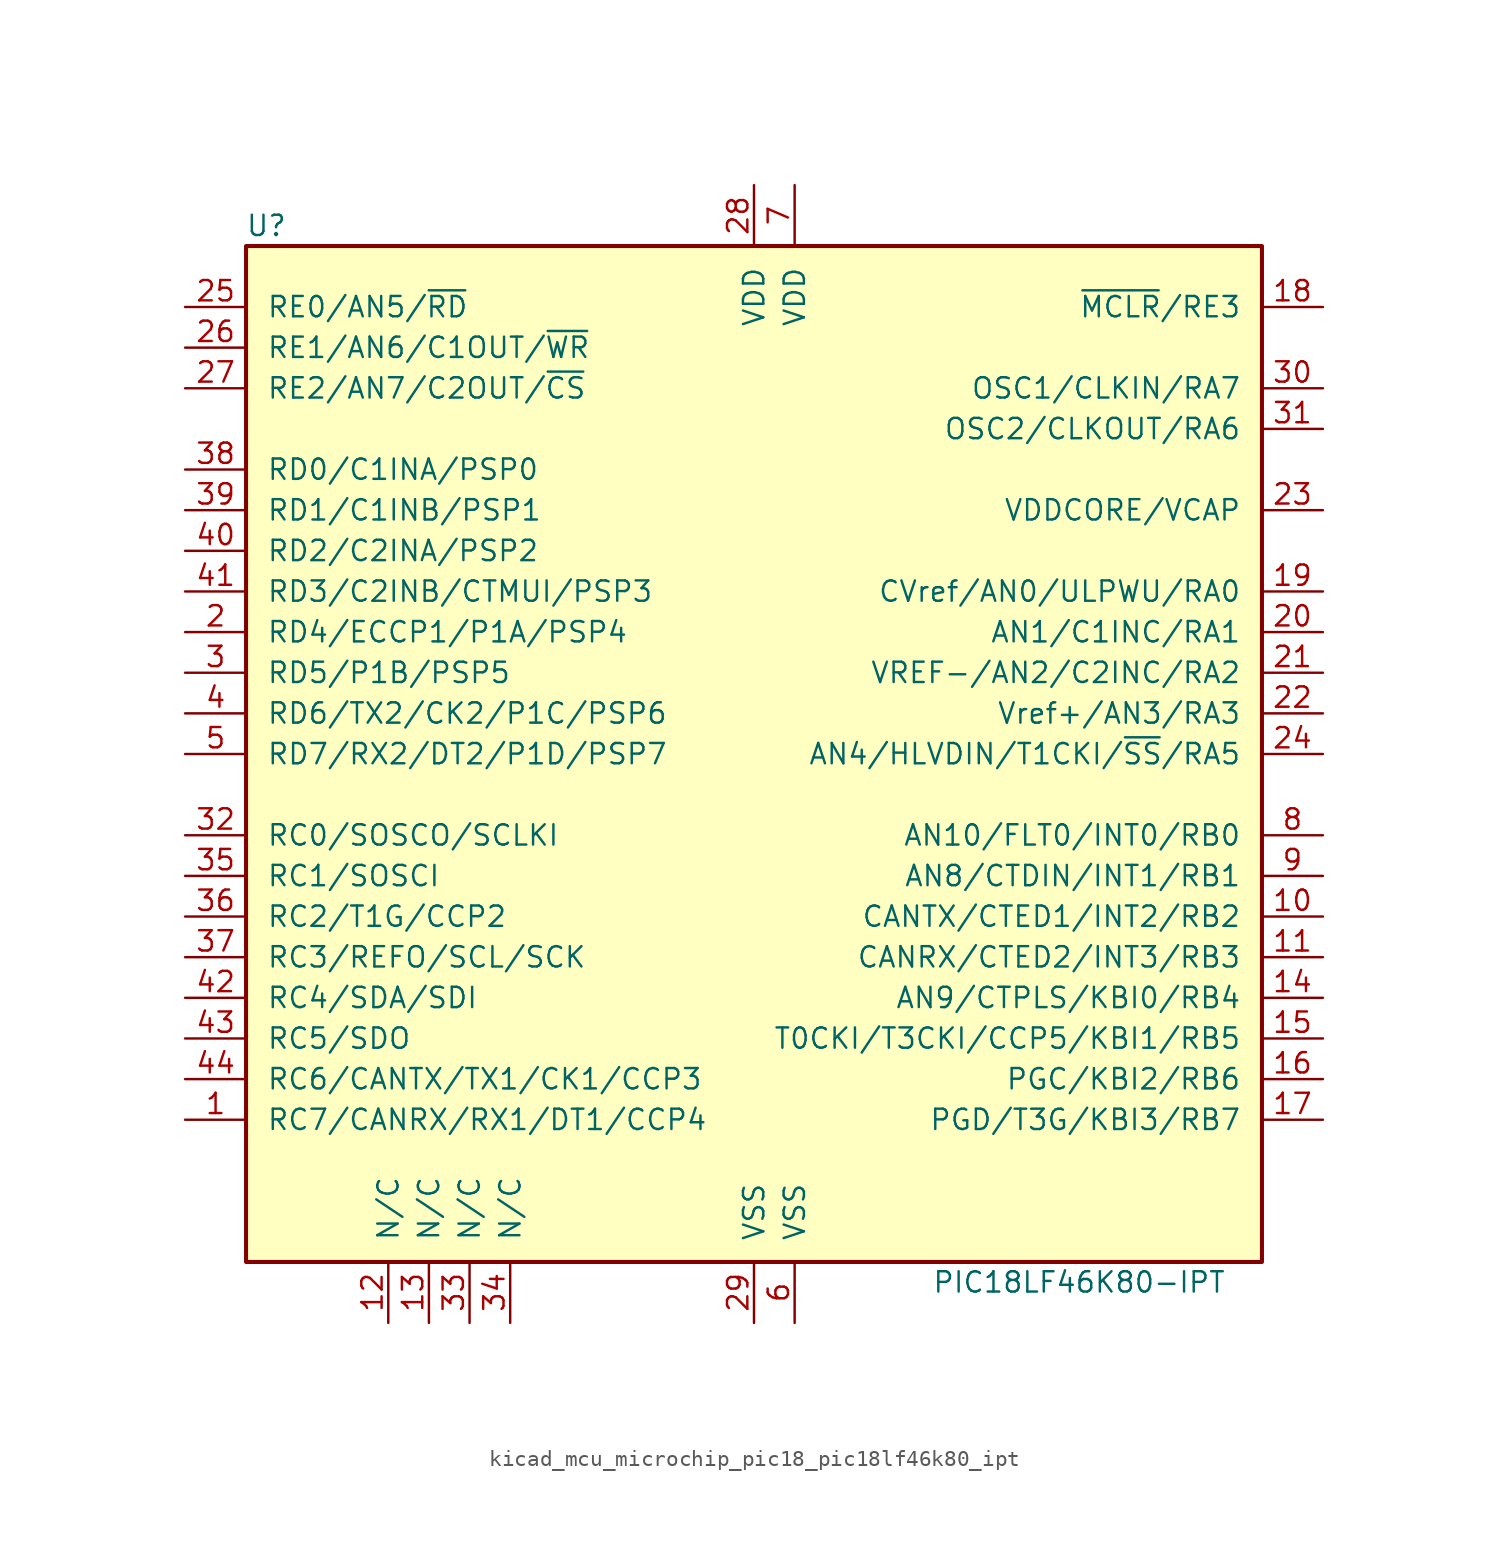
<source format=kicad_sym>
(kicad_symbol_lib
  (version 20220914)
  (generator kicad_symbol_editor)
  (symbol "kicad_mcu_microchip_pic18_pic18lf46k80_ipt"
    (pin_names
      (offset 1.27))
    (property "Reference" "U"
      (at -30.48 33.02 0)
      (effects (font (size 1.27 1.27))))
    (property "Value" "PIC18LF46K80-IPT"
      (at 20.32 -33.02 0)
      (effects (font (size 1.27 1.27))))
    (symbol "kicad_mcu_microchip_pic18_pic18lf46k80_ipt_0_1"
      (rectangle (start -31.75 31.75) (end 31.75 -31.75) (stroke (width 0.254) (type default)) (fill (type background))))
    (symbol "kicad_mcu_microchip_pic18_pic18lf46k80_ipt_1_1"
      (pin bidirectional line (at -35.56 -22.86 0) (length 3.81) (name "RC7/CANRX/RX1/DT1/CCP4" (effects (font (size 1.27 1.27)))) (number "1" (effects (font (size 1.27 1.27)))))
      (pin bidirectional line (at 35.56 -10.16 180) (length 3.81) (name "CANTX/CTED1/INT2/RB2" (effects (font (size 1.27 1.27)))) (number "10" (effects (font (size 1.27 1.27)))))
      (pin bidirectional line (at 35.56 -12.7 180) (length 3.81) (name "CANRX/CTED2/INT3/RB3" (effects (font (size 1.27 1.27)))) (number "11" (effects (font (size 1.27 1.27)))))
      (pin bidirectional line (at -22.86 -35.56 90) (length 3.81) (name "N/C" (effects (font (size 1.27 1.27)))) (number "12" (effects (font (size 1.27 1.27)))))
      (pin bidirectional line (at -20.32 -35.56 90) (length 3.81) (name "N/C" (effects (font (size 1.27 1.27)))) (number "13" (effects (font (size 1.27 1.27)))))
      (pin bidirectional line (at 35.56 -15.24 180) (length 3.81) (name "AN9/CTPLS/KBI0/RB4" (effects (font (size 1.27 1.27)))) (number "14" (effects (font (size 1.27 1.27)))))
      (pin bidirectional line (at 35.56 -17.78 180) (length 3.81) (name "T0CKI/T3CKI/CCP5/KBI1/RB5" (effects (font (size 1.27 1.27)))) (number "15" (effects (font (size 1.27 1.27)))))
      (pin bidirectional line (at 35.56 -20.32 180) (length 3.81) (name "PGC/KBI2/RB6" (effects (font (size 1.27 1.27)))) (number "16" (effects (font (size 1.27 1.27)))))
      (pin bidirectional line (at 35.56 -22.86 180) (length 3.81) (name "PGD/T3G/KBI3/RB7" (effects (font (size 1.27 1.27)))) (number "17" (effects (font (size 1.27 1.27)))))
      (pin input line (at 35.56 27.94 180) (length 3.81) (name "~{MCLR}/RE3" (effects (font (size 1.27 1.27)))) (number "18" (effects (font (size 1.27 1.27)))))
      (pin bidirectional line (at 35.56 10.16 180) (length 3.81) (name "CVref/AN0/ULPWU/RA0" (effects (font (size 1.27 1.27)))) (number "19" (effects (font (size 1.27 1.27)))))
      (pin bidirectional line (at -35.56 7.62 0) (length 3.81) (name "RD4/ECCP1/P1A/PSP4" (effects (font (size 1.27 1.27)))) (number "2" (effects (font (size 1.27 1.27)))))
      (pin bidirectional line (at 35.56 7.62 180) (length 3.81) (name "AN1/C1INC/RA1" (effects (font (size 1.27 1.27)))) (number "20" (effects (font (size 1.27 1.27)))))
      (pin bidirectional line (at 35.56 5.08 180) (length 3.81) (name "VREF-/AN2/C2INC/RA2" (effects (font (size 1.27 1.27)))) (number "21" (effects (font (size 1.27 1.27)))))
      (pin bidirectional line (at 35.56 2.54 180) (length 3.81) (name "Vref+/AN3/RA3" (effects (font (size 1.27 1.27)))) (number "22" (effects (font (size 1.27 1.27)))))
      (pin passive line (at 35.56 15.24 180) (length 3.81) (name "VDDCORE/VCAP" (effects (font (size 1.27 1.27)))) (number "23" (effects (font (size 1.27 1.27)))))
      (pin bidirectional line (at 35.56 0 180) (length 3.81) (name "AN4/HLVDIN/T1CKI/~{SS}/RA5" (effects (font (size 1.27 1.27)))) (number "24" (effects (font (size 1.27 1.27)))))
      (pin bidirectional line (at -35.56 27.94 0) (length 3.81) (name "RE0/AN5/~{RD}" (effects (font (size 1.27 1.27)))) (number "25" (effects (font (size 1.27 1.27)))))
      (pin bidirectional line (at -35.56 25.4 0) (length 3.81) (name "RE1/AN6/C1OUT/~{WR}" (effects (font (size 1.27 1.27)))) (number "26" (effects (font (size 1.27 1.27)))))
      (pin power_in line (at -35.56 22.86 0) (length 3.81) (name "RE2/AN7/C2OUT/~{CS}" (effects (font (size 1.27 1.27)))) (number "27" (effects (font (size 1.27 1.27)))))
      (pin power_in line (at 0 35.56 270) (length 3.81) (name "VDD" (effects (font (size 1.27 1.27)))) (number "28" (effects (font (size 1.27 1.27)))))
      (pin power_in line (at 0 -35.56 90) (length 3.81) (name "VSS" (effects (font (size 1.27 1.27)))) (number "29" (effects (font (size 1.27 1.27)))))
      (pin bidirectional line (at -35.56 5.08 0) (length 3.81) (name "RD5/P1B/PSP5" (effects (font (size 1.27 1.27)))) (number "3" (effects (font (size 1.27 1.27)))))
      (pin input line (at 35.56 22.86 180) (length 3.81) (name "OSC1/CLKIN/RA7" (effects (font (size 1.27 1.27)))) (number "30" (effects (font (size 1.27 1.27)))))
      (pin output line (at 35.56 20.32 180) (length 3.81) (name "OSC2/CLKOUT/RA6" (effects (font (size 1.27 1.27)))) (number "31" (effects (font (size 1.27 1.27)))))
      (pin bidirectional line (at -35.56 -5.08 0) (length 3.81) (name "RC0/SOSCO/SCLKI" (effects (font (size 1.27 1.27)))) (number "32" (effects (font (size 1.27 1.27)))))
      (pin bidirectional line (at -17.78 -35.56 90) (length 3.81) (name "N/C" (effects (font (size 1.27 1.27)))) (number "33" (effects (font (size 1.27 1.27)))))
      (pin bidirectional line (at -15.24 -35.56 90) (length 3.81) (name "N/C" (effects (font (size 1.27 1.27)))) (number "34" (effects (font (size 1.27 1.27)))))
      (pin bidirectional line (at -35.56 -7.62 0) (length 3.81) (name "RC1/SOSCI" (effects (font (size 1.27 1.27)))) (number "35" (effects (font (size 1.27 1.27)))))
      (pin bidirectional line (at -35.56 -10.16 0) (length 3.81) (name "RC2/T1G/CCP2" (effects (font (size 1.27 1.27)))) (number "36" (effects (font (size 1.27 1.27)))))
      (pin bidirectional line (at -35.56 -12.7 0) (length 3.81) (name "RC3/REFO/SCL/SCK" (effects (font (size 1.27 1.27)))) (number "37" (effects (font (size 1.27 1.27)))))
      (pin bidirectional line (at -35.56 17.78 0) (length 3.81) (name "RD0/C1INA/PSP0" (effects (font (size 1.27 1.27)))) (number "38" (effects (font (size 1.27 1.27)))))
      (pin bidirectional line (at -35.56 15.24 0) (length 3.81) (name "RD1/C1INB/PSP1" (effects (font (size 1.27 1.27)))) (number "39" (effects (font (size 1.27 1.27)))))
      (pin bidirectional line (at -35.56 2.54 0) (length 3.81) (name "RD6/TX2/CK2/P1C/PSP6" (effects (font (size 1.27 1.27)))) (number "4" (effects (font (size 1.27 1.27)))))
      (pin bidirectional line (at -35.56 12.7 0) (length 3.81) (name "RD2/C2INA/PSP2" (effects (font (size 1.27 1.27)))) (number "40" (effects (font (size 1.27 1.27)))))
      (pin bidirectional line (at -35.56 10.16 0) (length 3.81) (name "RD3/C2INB/CTMUI/PSP3" (effects (font (size 1.27 1.27)))) (number "41" (effects (font (size 1.27 1.27)))))
      (pin bidirectional line (at -35.56 -15.24 0) (length 3.81) (name "RC4/SDA/SDI" (effects (font (size 1.27 1.27)))) (number "42" (effects (font (size 1.27 1.27)))))
      (pin bidirectional line (at -35.56 -17.78 0) (length 3.81) (name "RC5/SDO" (effects (font (size 1.27 1.27)))) (number "43" (effects (font (size 1.27 1.27)))))
      (pin bidirectional line (at -35.56 -20.32 0) (length 3.81) (name "RC6/CANTX/TX1/CK1/CCP3" (effects (font (size 1.27 1.27)))) (number "44" (effects (font (size 1.27 1.27)))))
      (pin bidirectional line (at -35.56 0 0) (length 3.81) (name "RD7/RX2/DT2/P1D/PSP7" (effects (font (size 1.27 1.27)))) (number "5" (effects (font (size 1.27 1.27)))))
      (pin power_in line (at 2.54 -35.56 90) (length 3.81) (name "VSS" (effects (font (size 1.27 1.27)))) (number "6" (effects (font (size 1.27 1.27)))))
      (pin power_in line (at 2.54 35.56 270) (length 3.81) (name "VDD" (effects (font (size 1.27 1.27)))) (number "7" (effects (font (size 1.27 1.27)))))
      (pin bidirectional line (at 35.56 -5.08 180) (length 3.81) (name "AN10/FLT0/INT0/RB0" (effects (font (size 1.27 1.27)))) (number "8" (effects (font (size 1.27 1.27)))))
      (pin bidirectional line (at 35.56 -7.62 180) (length 3.81) (name "AN8/CTDIN/INT1/RB1" (effects (font (size 1.27 1.27)))) (number "9" (effects (font (size 1.27 1.27))))))))
</source>
